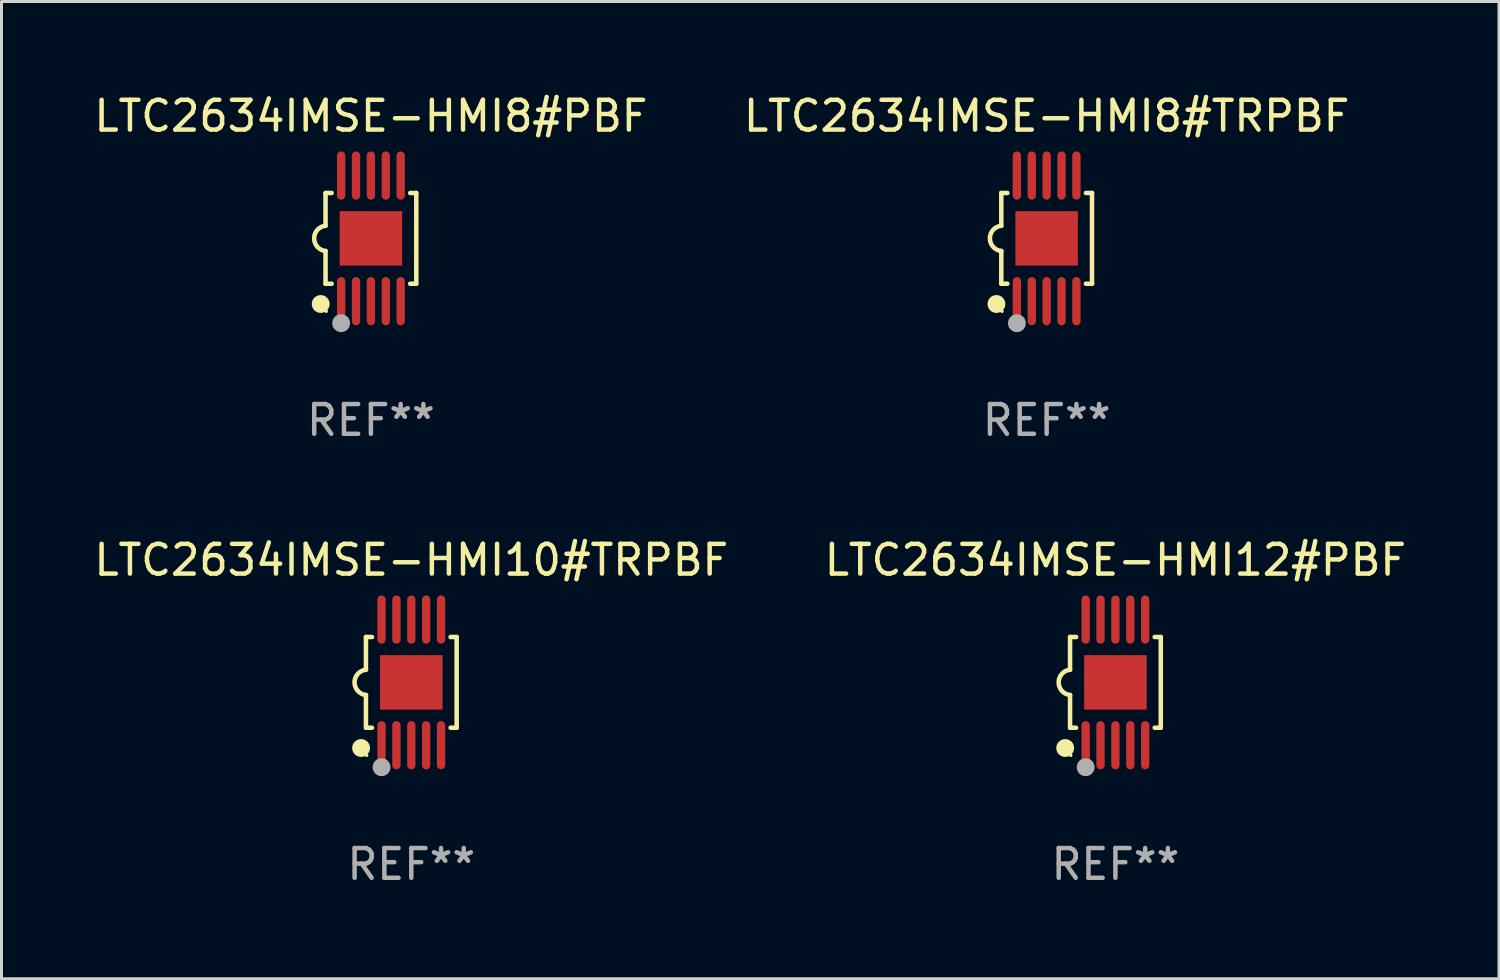
<source format=kicad_pcb>
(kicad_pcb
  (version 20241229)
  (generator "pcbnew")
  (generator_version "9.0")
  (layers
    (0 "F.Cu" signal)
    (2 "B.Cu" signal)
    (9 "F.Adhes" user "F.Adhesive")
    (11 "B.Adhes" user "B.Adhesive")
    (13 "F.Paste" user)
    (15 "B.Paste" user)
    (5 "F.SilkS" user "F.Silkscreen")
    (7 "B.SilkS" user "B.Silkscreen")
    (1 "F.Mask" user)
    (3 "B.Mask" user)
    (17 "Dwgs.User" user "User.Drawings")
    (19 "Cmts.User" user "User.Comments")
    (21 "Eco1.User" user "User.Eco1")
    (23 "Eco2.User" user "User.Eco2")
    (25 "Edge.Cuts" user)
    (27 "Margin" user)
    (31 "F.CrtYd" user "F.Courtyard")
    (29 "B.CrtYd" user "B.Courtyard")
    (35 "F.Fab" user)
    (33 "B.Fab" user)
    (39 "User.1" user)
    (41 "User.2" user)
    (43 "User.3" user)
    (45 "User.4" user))
  (footprint "LTC2634IMSE-HMI8#PBF"
    (layer "F.Cu")
    (at 9.411 4.958)
    (property "Reference" "LTC2634IMSE-HMI8#PBF" (at 0 -4.11 0) (layer "F.SilkS") (effects (font (size 1 1) (thickness 0.15))))
    (attr through_hole)
    (fp_line (start -1.524 -1.524) (end -1.524 -0.424) (stroke (width 0.152) (type solid)) (layer "F.SilkS"))
    (fp_line (start -1.524 1.524) (end -1.524 0.424) (stroke (width 0.152) (type solid)) (layer "F.SilkS"))
    (fp_line (start -1.524 1.524) (end -1.32 1.524) (stroke (width 0.152) (type solid)) (layer "F.SilkS"))
    (fp_line (start -1.32 -1.524) (end -1.524 -1.524) (stroke (width 0.152) (type solid)) (layer "F.SilkS"))
    (fp_line (start 1.32 1.524) (end 1.524 1.524) (stroke (width 0.152) (type solid)) (layer "F.SilkS"))
    (fp_line (start 1.524 -1.524) (end 1.32 -1.524) (stroke (width 0.152) (type solid)) (layer "F.SilkS"))
    (fp_line (start 1.524 1.524) (end 1.524 -1.524) (stroke (width 0.152) (type solid)) (layer "F.SilkS"))
    (fp_arc (start -1.524003 0.424003) (mid -1.906663 -0.000089) (end -1.524004 -0.424181) (stroke (width 0.151994) (type solid)) (layer "F.SilkS"))
    (fp_circle (center -1.687 2.205) (end -1.537 2.205) (stroke (width 0.3) (type solid)) (fill no) (layer "F.SilkS"))
    (fp_circle (center -1.5 2.45) (end -1.47 2.45) (stroke (width 0.06) (type solid)) (fill no) (layer "F.SilkS"))
    (fp_circle (center -1 2.85) (end -0.85 2.85) (stroke (width 0.3) (type solid)) (fill no) (layer "F.Fab"))
    (fp_text user "REF**" (at 0 6.11 0) (layer "F.Fab") (effects (font (size 1 1) (thickness 0.15))))
    (pad "1" smd oval (at -1 2.11) (size 0.28 1.62) (layers "F.Cu" "F.Mask" "F.Paste"))
    (pad "2" smd oval (at -0.5 2.11) (size 0.28 1.62) (layers "F.Cu" "F.Mask" "F.Paste"))
    (pad "3" smd oval (at 0 2.11) (size 0.28 1.62) (layers "F.Cu" "F.Mask" "F.Paste"))
    (pad "4" smd oval (at 0.5 2.11) (size 0.28 1.62) (layers "F.Cu" "F.Mask" "F.Paste"))
    (pad "5" smd oval (at 1 2.11) (size 0.28 1.62) (layers "F.Cu" "F.Mask" "F.Paste"))
    (pad "6" smd oval (at 1 -2.11) (size 0.28 1.62) (layers "F.Cu" "F.Mask" "F.Paste"))
    (pad "7" smd oval (at 0.5 -2.11) (size 0.28 1.62) (layers "F.Cu" "F.Mask" "F.Paste"))
    (pad "8" smd oval (at 0 -2.11) (size 0.28 1.62) (layers "F.Cu" "F.Mask" "F.Paste"))
    (pad "9" smd oval (at -0.5 -2.11) (size 0.28 1.62) (layers "F.Cu" "F.Mask" "F.Paste"))
    (pad "10" smd oval (at -1 -2.11) (size 0.28 1.62) (layers "F.Cu" "F.Mask" "F.Paste"))
    (pad "11" smd rect (at 0 0) (size 2.1 1.83) (layers "F.Cu" "F.Mask" "F.Paste")))
  (footprint "LTC2634IMSE-HMI10#TRPBF"
    (layer "F.Cu")
    (at 10.768 19.875)
    (property "Reference" "LTC2634IMSE-HMI10#TRPBF" (at 0 -4.11 0) (layer "F.SilkS") (effects (font (size 1 1) (thickness 0.15))))
    (attr through_hole)
    (fp_line (start -1.524 -1.524) (end -1.524 -0.424) (stroke (width 0.152) (type solid)) (layer "F.SilkS"))
    (fp_line (start -1.524 1.524) (end -1.524 0.424) (stroke (width 0.152) (type solid)) (layer "F.SilkS"))
    (fp_line (start -1.524 1.524) (end -1.32 1.524) (stroke (width 0.152) (type solid)) (layer "F.SilkS"))
    (fp_line (start -1.32 -1.524) (end -1.524 -1.524) (stroke (width 0.152) (type solid)) (layer "F.SilkS"))
    (fp_line (start 1.32 1.524) (end 1.524 1.524) (stroke (width 0.152) (type solid)) (layer "F.SilkS"))
    (fp_line (start 1.524 -1.524) (end 1.32 -1.524) (stroke (width 0.152) (type solid)) (layer "F.SilkS"))
    (fp_line (start 1.524 1.524) (end 1.524 -1.524) (stroke (width 0.152) (type solid)) (layer "F.SilkS"))
    (fp_arc (start -1.524003 0.424003) (mid -1.906663 -0.000089) (end -1.524004 -0.424181) (stroke (width 0.151994) (type solid)) (layer "F.SilkS"))
    (fp_circle (center -1.687 2.205) (end -1.537 2.205) (stroke (width 0.3) (type solid)) (fill no) (layer "F.SilkS"))
    (fp_circle (center -1.5 2.45) (end -1.47 2.45) (stroke (width 0.06) (type solid)) (fill no) (layer "F.SilkS"))
    (fp_circle (center -1 2.85) (end -0.85 2.85) (stroke (width 0.3) (type solid)) (fill no) (layer "F.Fab"))
    (fp_text user "REF**" (at 0 6.11 0) (layer "F.Fab") (effects (font (size 1 1) (thickness 0.15))))
    (pad "1" smd oval (at -1 2.11) (size 0.28 1.62) (layers "F.Cu" "F.Mask" "F.Paste"))
    (pad "2" smd oval (at -0.5 2.11) (size 0.28 1.62) (layers "F.Cu" "F.Mask" "F.Paste"))
    (pad "3" smd oval (at 0 2.11) (size 0.28 1.62) (layers "F.Cu" "F.Mask" "F.Paste"))
    (pad "4" smd oval (at 0.5 2.11) (size 0.28 1.62) (layers "F.Cu" "F.Mask" "F.Paste"))
    (pad "5" smd oval (at 1 2.11) (size 0.28 1.62) (layers "F.Cu" "F.Mask" "F.Paste"))
    (pad "6" smd oval (at 1 -2.11) (size 0.28 1.62) (layers "F.Cu" "F.Mask" "F.Paste"))
    (pad "7" smd oval (at 0.5 -2.11) (size 0.28 1.62) (layers "F.Cu" "F.Mask" "F.Paste"))
    (pad "8" smd oval (at 0 -2.11) (size 0.28 1.62) (layers "F.Cu" "F.Mask" "F.Paste"))
    (pad "9" smd oval (at -0.5 -2.11) (size 0.28 1.62) (layers "F.Cu" "F.Mask" "F.Paste"))
    (pad "10" smd oval (at -1 -2.11) (size 0.28 1.62) (layers "F.Cu" "F.Mask" "F.Paste"))
    (pad "11" smd rect (at 0 0) (size 2.1 1.83) (layers "F.Cu" "F.Mask" "F.Paste")))
  (footprint "LTC2634IMSE-HMI8#TRPBF"
    (layer "F.Cu")
    (at 32.113 4.958)
    (property "Reference" "LTC2634IMSE-HMI8#TRPBF" (at 0 -4.11 0) (layer "F.SilkS") (effects (font (size 1 1) (thickness 0.15))))
    (attr through_hole)
    (fp_line (start -1.524 -1.524) (end -1.524 -0.424) (stroke (width 0.152) (type solid)) (layer "F.SilkS"))
    (fp_line (start -1.524 1.524) (end -1.524 0.424) (stroke (width 0.152) (type solid)) (layer "F.SilkS"))
    (fp_line (start -1.524 1.524) (end -1.32 1.524) (stroke (width 0.152) (type solid)) (layer "F.SilkS"))
    (fp_line (start -1.32 -1.524) (end -1.524 -1.524) (stroke (width 0.152) (type solid)) (layer "F.SilkS"))
    (fp_line (start 1.32 1.524) (end 1.524 1.524) (stroke (width 0.152) (type solid)) (layer "F.SilkS"))
    (fp_line (start 1.524 -1.524) (end 1.32 -1.524) (stroke (width 0.152) (type solid)) (layer "F.SilkS"))
    (fp_line (start 1.524 1.524) (end 1.524 -1.524) (stroke (width 0.152) (type solid)) (layer "F.SilkS"))
    (fp_arc (start -1.524003 0.424003) (mid -1.906663 -0.000089) (end -1.524004 -0.424181) (stroke (width 0.151994) (type solid)) (layer "F.SilkS"))
    (fp_circle (center -1.687 2.205) (end -1.537 2.205) (stroke (width 0.3) (type solid)) (fill no) (layer "F.SilkS"))
    (fp_circle (center -1.5 2.45) (end -1.47 2.45) (stroke (width 0.06) (type solid)) (fill no) (layer "F.SilkS"))
    (fp_circle (center -1 2.85) (end -0.85 2.85) (stroke (width 0.3) (type solid)) (fill no) (layer "F.Fab"))
    (fp_text user "REF**" (at 0 6.11 0) (layer "F.Fab") (effects (font (size 1 1) (thickness 0.15))))
    (pad "1" smd oval (at -1 2.11) (size 0.28 1.62) (layers "F.Cu" "F.Mask" "F.Paste"))
    (pad "2" smd oval (at -0.5 2.11) (size 0.28 1.62) (layers "F.Cu" "F.Mask" "F.Paste"))
    (pad "3" smd oval (at 0 2.11) (size 0.28 1.62) (layers "F.Cu" "F.Mask" "F.Paste"))
    (pad "4" smd oval (at 0.5 2.11) (size 0.28 1.62) (layers "F.Cu" "F.Mask" "F.Paste"))
    (pad "5" smd oval (at 1 2.11) (size 0.28 1.62) (layers "F.Cu" "F.Mask" "F.Paste"))
    (pad "6" smd oval (at 1 -2.11) (size 0.28 1.62) (layers "F.Cu" "F.Mask" "F.Paste"))
    (pad "7" smd oval (at 0.5 -2.11) (size 0.28 1.62) (layers "F.Cu" "F.Mask" "F.Paste"))
    (pad "8" smd oval (at 0 -2.11) (size 0.28 1.62) (layers "F.Cu" "F.Mask" "F.Paste"))
    (pad "9" smd oval (at -0.5 -2.11) (size 0.28 1.62) (layers "F.Cu" "F.Mask" "F.Paste"))
    (pad "10" smd oval (at -1 -2.11) (size 0.28 1.62) (layers "F.Cu" "F.Mask" "F.Paste"))
    (pad "11" smd rect (at 0 0) (size 2.1 1.83) (layers "F.Cu" "F.Mask" "F.Paste")))
  (footprint "LTC2634IMSE-HMI12#PBF"
    (layer "F.Cu")
    (at 34.423 19.875)
    (property "Reference" "LTC2634IMSE-HMI12#PBF" (at 0 -4.11 0) (layer "F.SilkS") (effects (font (size 1 1) (thickness 0.15))))
    (attr through_hole)
    (fp_line (start -1.524 -1.524) (end -1.524 -0.424) (stroke (width 0.152) (type solid)) (layer "F.SilkS"))
    (fp_line (start -1.524 1.524) (end -1.524 0.424) (stroke (width 0.152) (type solid)) (layer "F.SilkS"))
    (fp_line (start -1.524 1.524) (end -1.32 1.524) (stroke (width 0.152) (type solid)) (layer "F.SilkS"))
    (fp_line (start -1.32 -1.524) (end -1.524 -1.524) (stroke (width 0.152) (type solid)) (layer "F.SilkS"))
    (fp_line (start 1.32 1.524) (end 1.524 1.524) (stroke (width 0.152) (type solid)) (layer "F.SilkS"))
    (fp_line (start 1.524 -1.524) (end 1.32 -1.524) (stroke (width 0.152) (type solid)) (layer "F.SilkS"))
    (fp_line (start 1.524 1.524) (end 1.524 -1.524) (stroke (width 0.152) (type solid)) (layer "F.SilkS"))
    (fp_arc (start -1.524003 0.424003) (mid -1.906663 -0.000089) (end -1.524004 -0.424181) (stroke (width 0.151994) (type solid)) (layer "F.SilkS"))
    (fp_circle (center -1.687 2.205) (end -1.537 2.205) (stroke (width 0.3) (type solid)) (fill no) (layer "F.SilkS"))
    (fp_circle (center -1.5 2.45) (end -1.47 2.45) (stroke (width 0.06) (type solid)) (fill no) (layer "F.SilkS"))
    (fp_circle (center -1 2.85) (end -0.85 2.85) (stroke (width 0.3) (type solid)) (fill no) (layer "F.Fab"))
    (fp_text user "REF**" (at 0 6.11 0) (layer "F.Fab") (effects (font (size 1 1) (thickness 0.15))))
    (pad "1" smd oval (at -1 2.11) (size 0.28 1.62) (layers "F.Cu" "F.Mask" "F.Paste"))
    (pad "2" smd oval (at -0.5 2.11) (size 0.28 1.62) (layers "F.Cu" "F.Mask" "F.Paste"))
    (pad "3" smd oval (at 0 2.11) (size 0.28 1.62) (layers "F.Cu" "F.Mask" "F.Paste"))
    (pad "4" smd oval (at 0.5 2.11) (size 0.28 1.62) (layers "F.Cu" "F.Mask" "F.Paste"))
    (pad "5" smd oval (at 1 2.11) (size 0.28 1.62) (layers "F.Cu" "F.Mask" "F.Paste"))
    (pad "6" smd oval (at 1 -2.11) (size 0.28 1.62) (layers "F.Cu" "F.Mask" "F.Paste"))
    (pad "7" smd oval (at 0.5 -2.11) (size 0.28 1.62) (layers "F.Cu" "F.Mask" "F.Paste"))
    (pad "8" smd oval (at 0 -2.11) (size 0.28 1.62) (layers "F.Cu" "F.Mask" "F.Paste"))
    (pad "9" smd oval (at -0.5 -2.11) (size 0.28 1.62) (layers "F.Cu" "F.Mask" "F.Paste"))
    (pad "10" smd oval (at -1 -2.11) (size 0.28 1.62) (layers "F.Cu" "F.Mask" "F.Paste"))
    (pad "11" smd rect (at 0 0) (size 2.1 1.83) (layers "F.Cu" "F.Mask" "F.Paste")))
  (gr_rect
    (start -3 -3)
    (end 47.31 29.833)
    (stroke (width 0.1) (type default))
    (fill no)
    (layer "Edge.Cuts")))
</source>
